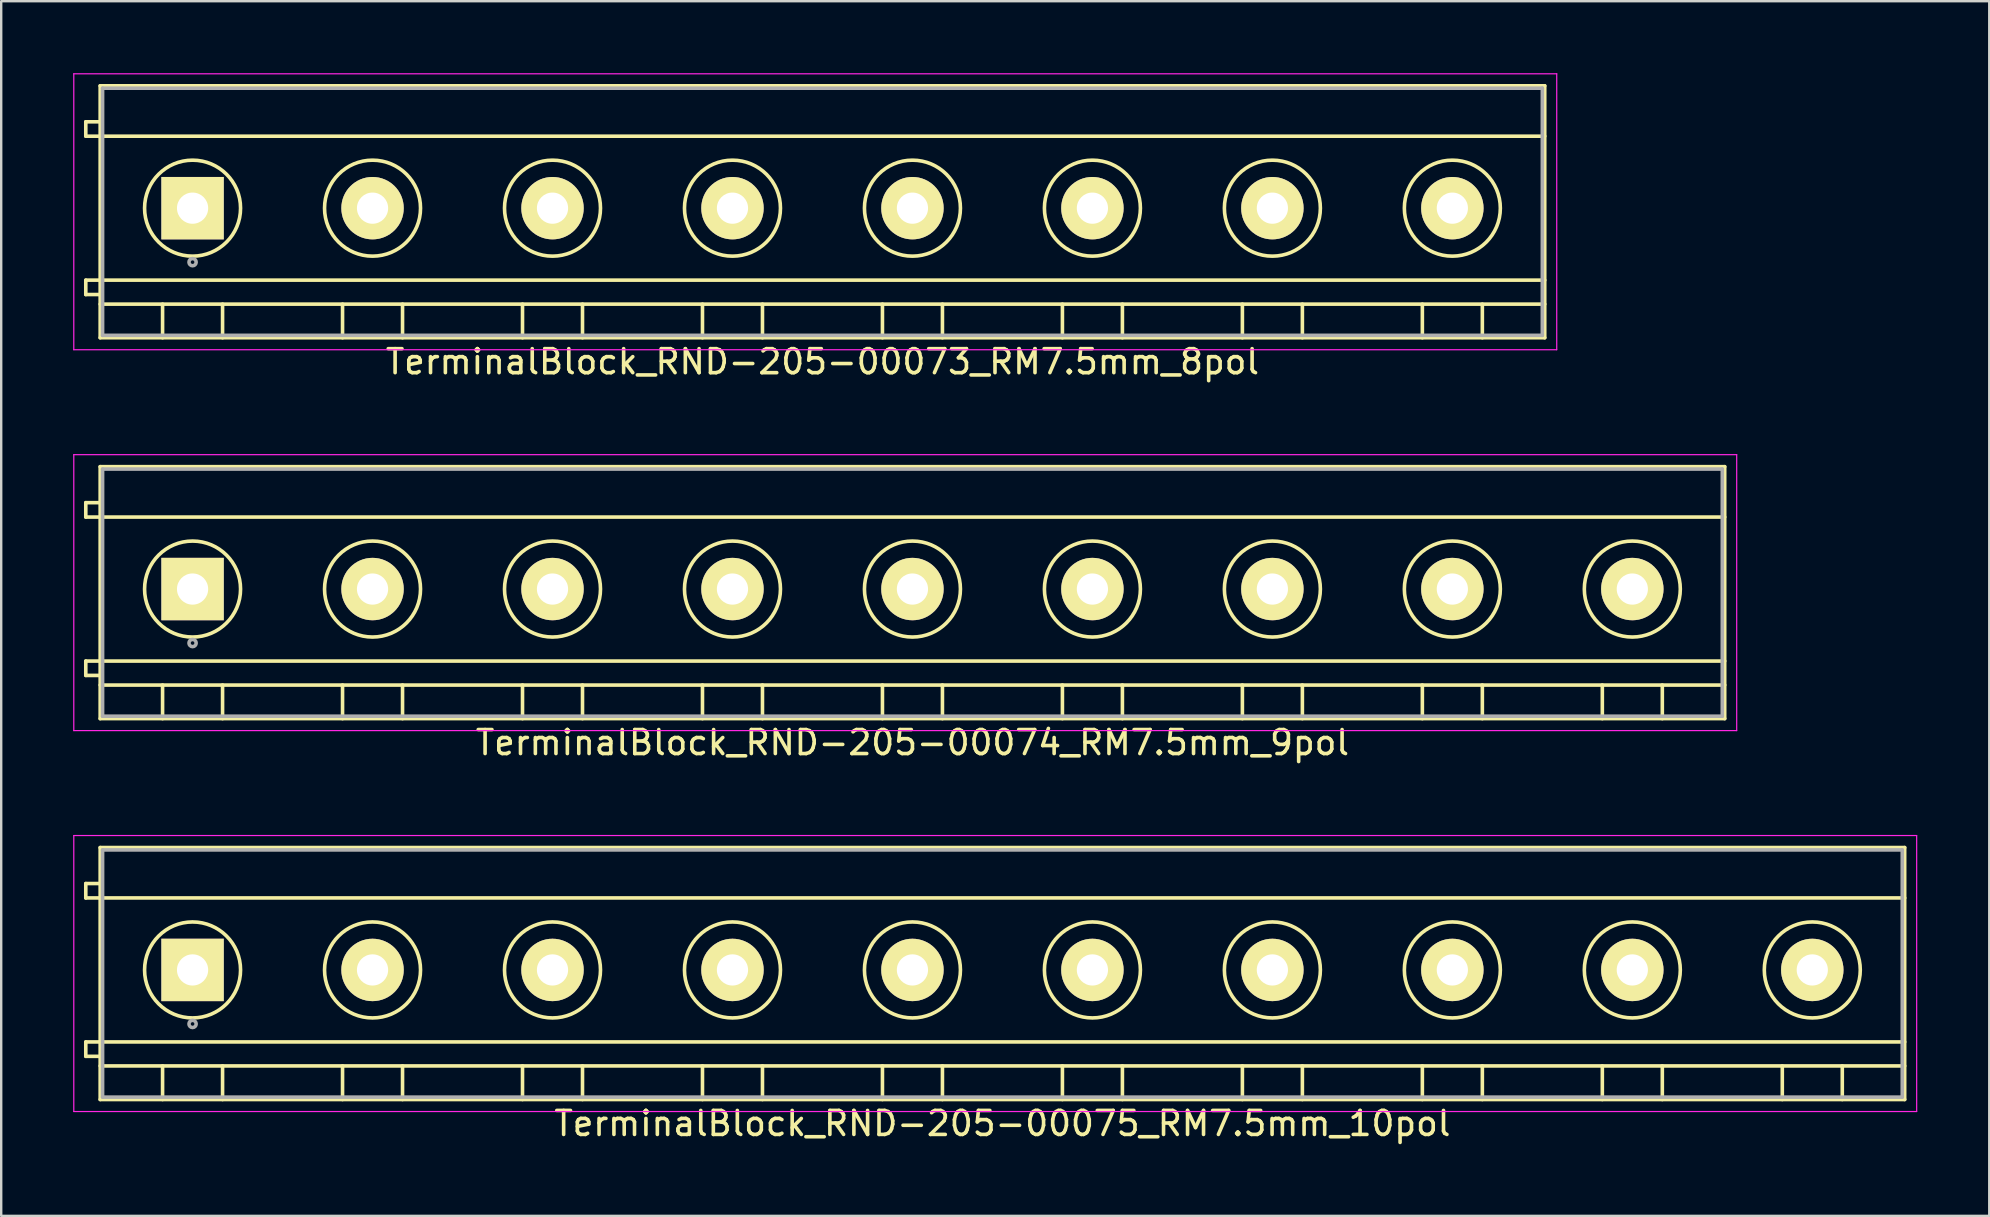
<source format=kicad_pcb>
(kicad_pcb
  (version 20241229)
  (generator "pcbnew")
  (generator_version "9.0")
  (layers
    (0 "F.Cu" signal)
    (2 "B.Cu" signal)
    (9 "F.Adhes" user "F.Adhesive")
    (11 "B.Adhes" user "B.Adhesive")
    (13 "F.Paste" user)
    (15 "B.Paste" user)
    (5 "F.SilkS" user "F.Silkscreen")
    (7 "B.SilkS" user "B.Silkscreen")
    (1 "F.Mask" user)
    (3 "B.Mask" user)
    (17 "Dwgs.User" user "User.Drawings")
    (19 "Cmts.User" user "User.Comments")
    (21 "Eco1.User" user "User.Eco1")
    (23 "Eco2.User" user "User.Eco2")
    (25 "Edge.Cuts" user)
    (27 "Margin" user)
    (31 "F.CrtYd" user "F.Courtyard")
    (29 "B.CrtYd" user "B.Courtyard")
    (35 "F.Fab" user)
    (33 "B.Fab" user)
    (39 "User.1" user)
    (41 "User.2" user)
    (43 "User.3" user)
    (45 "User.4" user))
  (footprint "TerminalBlock_RND-205-00075_RM7.5mm_10pol"
    (layer "F.Cu")
    (at 4.975 37.371)
    (property "Reference" "TerminalBlock_RND-205-00075_RM7.5mm_10pol" (at 33.75 6.4 0) (layer "F.SilkS") (effects (font (size 1 1) (thickness 0.15))))
    (attr through_hole)
    (fp_line (start -4.45 -3.6) (end -4.45 -3) (stroke (width 0.15) (type solid)) (layer "F.SilkS"))
    (fp_line (start -4.45 -3) (end -3.85 -3) (stroke (width 0.15) (type solid)) (layer "F.SilkS"))
    (fp_line (start -4.45 3) (end -4.45 3.6) (stroke (width 0.15) (type solid)) (layer "F.SilkS"))
    (fp_line (start -4.45 3.6) (end -3.85 3.6) (stroke (width 0.15) (type solid)) (layer "F.SilkS"))
    (fp_line (start -3.85 -5.1) (end 71.35 -5.1) (stroke (width 0.15) (type solid)) (layer "F.SilkS"))
    (fp_line (start -3.85 -3.6) (end -4.45 -3.6) (stroke (width 0.15) (type solid)) (layer "F.SilkS"))
    (fp_line (start -3.85 -3) (end 71.35 -3) (stroke (width 0.15) (type solid)) (layer "F.SilkS"))
    (fp_line (start -3.85 3) (end -4.45 3) (stroke (width 0.15) (type solid)) (layer "F.SilkS"))
    (fp_line (start -3.85 3) (end 71.35 3) (stroke (width 0.15) (type solid)) (layer "F.SilkS"))
    (fp_line (start -3.85 4) (end 71.35 4) (stroke (width 0.15) (type solid)) (layer "F.SilkS"))
    (fp_line (start -3.85 5.4) (end -3.85 -5.1) (stroke (width 0.15) (type solid)) (layer "F.SilkS"))
    (fp_line (start -1.25 4) (end -1.25 5.4) (stroke (width 0.15) (type solid)) (layer "F.SilkS"))
    (fp_line (start 1.25 4) (end 1.25 5.4) (stroke (width 0.15) (type solid)) (layer "F.SilkS"))
    (fp_line (start 6.25 4) (end 6.25 5.4) (stroke (width 0.15) (type solid)) (layer "F.SilkS"))
    (fp_line (start 8.75 4) (end 8.75 5.4) (stroke (width 0.15) (type solid)) (layer "F.SilkS"))
    (fp_line (start 13.75 4) (end 13.75 5.4) (stroke (width 0.15) (type solid)) (layer "F.SilkS"))
    (fp_line (start 16.25 4) (end 16.25 5.4) (stroke (width 0.15) (type solid)) (layer "F.SilkS"))
    (fp_line (start 21.25 4) (end 21.25 5.4) (stroke (width 0.15) (type solid)) (layer "F.SilkS"))
    (fp_line (start 23.75 4) (end 23.75 5.4) (stroke (width 0.15) (type solid)) (layer "F.SilkS"))
    (fp_line (start 28.75 4) (end 28.75 5.4) (stroke (width 0.15) (type solid)) (layer "F.SilkS"))
    (fp_line (start 31.25 4) (end 31.25 5.4) (stroke (width 0.15) (type solid)) (layer "F.SilkS"))
    (fp_line (start 36.25 4) (end 36.25 5.4) (stroke (width 0.15) (type solid)) (layer "F.SilkS"))
    (fp_line (start 38.75 4) (end 38.75 5.4) (stroke (width 0.15) (type solid)) (layer "F.SilkS"))
    (fp_line (start 43.75 4) (end 43.75 5.4) (stroke (width 0.15) (type solid)) (layer "F.SilkS"))
    (fp_line (start 46.25 4) (end 46.25 5.4) (stroke (width 0.15) (type solid)) (layer "F.SilkS"))
    (fp_line (start 51.25 4) (end 51.25 5.4) (stroke (width 0.15) (type solid)) (layer "F.SilkS"))
    (fp_line (start 53.75 4) (end 53.75 5.4) (stroke (width 0.15) (type solid)) (layer "F.SilkS"))
    (fp_line (start 58.75 4) (end 58.75 5.4) (stroke (width 0.15) (type solid)) (layer "F.SilkS"))
    (fp_line (start 61.25 4) (end 61.25 5.4) (stroke (width 0.15) (type solid)) (layer "F.SilkS"))
    (fp_line (start 66.25 4) (end 66.25 5.4) (stroke (width 0.15) (type solid)) (layer "F.SilkS"))
    (fp_line (start 68.75 4) (end 68.75 5.4) (stroke (width 0.15) (type solid)) (layer "F.SilkS"))
    (fp_line (start 71.35 -5.1) (end 71.35 5.4) (stroke (width 0.15) (type solid)) (layer "F.SilkS"))
    (fp_line (start 71.35 5.4) (end -3.85 5.4) (stroke (width 0.15) (type solid)) (layer "F.SilkS"))
    (fp_circle (center 0 0) (end -2 0) (stroke (width 0.15) (type solid)) (fill no) (layer "F.SilkS"))
    (fp_circle (center 7.5 0) (end 5.5 0) (stroke (width 0.15) (type solid)) (fill no) (layer "F.SilkS"))
    (fp_circle (center 15 0) (end 13 0) (stroke (width 0.15) (type solid)) (fill no) (layer "F.SilkS"))
    (fp_circle (center 22.5 0) (end 20.5 0) (stroke (width 0.15) (type solid)) (fill no) (layer "F.SilkS"))
    (fp_circle (center 30 0) (end 28 0) (stroke (width 0.15) (type solid)) (fill no) (layer "F.SilkS"))
    (fp_circle (center 37.5 0) (end 35.5 0) (stroke (width 0.15) (type solid)) (fill no) (layer "F.SilkS"))
    (fp_circle (center 45 0) (end 43 0) (stroke (width 0.15) (type solid)) (fill no) (layer "F.SilkS"))
    (fp_circle (center 52.5 0) (end 50.5 0) (stroke (width 0.15) (type solid)) (fill no) (layer "F.SilkS"))
    (fp_circle (center 60 0) (end 58 0) (stroke (width 0.15) (type solid)) (fill no) (layer "F.SilkS"))
    (fp_circle (center 67.5 0) (end 65.5 0) (stroke (width 0.15) (type solid)) (fill no) (layer "F.SilkS"))
    (fp_line (start -4.95 -5.6) (end 71.85 -5.6) (stroke (width 0.05) (type solid)) (layer "F.CrtYd"))
    (fp_line (start -4.95 5.9) (end -4.95 -5.6) (stroke (width 0.05) (type solid)) (layer "F.CrtYd"))
    (fp_line (start 71.85 -5.6) (end 71.85 5.9) (stroke (width 0.05) (type solid)) (layer "F.CrtYd"))
    (fp_line (start 71.85 5.9) (end -4.95 5.9) (stroke (width 0.05) (type solid)) (layer "F.CrtYd"))
    (fp_line (start -3.75 -5) (end 71.25 -5) (stroke (width 0.15) (type solid)) (layer "F.Fab"))
    (fp_line (start -3.75 5.3) (end -3.75 -5) (stroke (width 0.15) (type solid)) (layer "F.Fab"))
    (fp_line (start 71.25 -5) (end 71.25 5.3) (stroke (width 0.15) (type solid)) (layer "F.Fab"))
    (fp_line (start 71.25 5.3) (end -3.75 5.3) (stroke (width 0.15) (type solid)) (layer "F.Fab"))
    (fp_circle (center 0 2.25) (end -0.15 2.25) (stroke (width 0.15) (type solid)) (fill no) (layer "F.Fab"))
    (pad "1" thru_hole rect (at 0 0) (size 2.6 2.6) (drill 1.3) (layers "*.Cu" "*.Mask" "F.SilkS"))
    (pad "2" thru_hole circle (at 7.5 0) (size 2.6 2.6) (drill 1.3) (layers "*.Cu" "*.Mask" "F.SilkS"))
    (pad "3" thru_hole circle (at 15 0) (size 2.6 2.6) (drill 1.3) (layers "*.Cu" "*.Mask" "F.SilkS"))
    (pad "4" thru_hole circle (at 22.5 0) (size 2.6 2.6) (drill 1.3) (layers "*.Cu" "*.Mask" "F.SilkS"))
    (pad "5" thru_hole circle (at 30 0) (size 2.6 2.6) (drill 1.3) (layers "*.Cu" "*.Mask" "F.SilkS"))
    (pad "6" thru_hole circle (at 37.5 0) (size 2.6 2.6) (drill 1.3) (layers "*.Cu" "*.Mask" "F.SilkS"))
    (pad "7" thru_hole circle (at 45 0) (size 2.6 2.6) (drill 1.3) (layers "*.Cu" "*.Mask" "F.SilkS"))
    (pad "8" thru_hole circle (at 52.5 0) (size 2.6 2.6) (drill 1.3) (layers "*.Cu" "*.Mask" "F.SilkS"))
    (pad "9" thru_hole circle (at 60 0) (size 2.6 2.6) (drill 1.3) (layers "*.Cu" "*.Mask" "F.SilkS"))
    (pad "10" thru_hole circle (at 67.5 0) (size 2.6 2.6) (drill 1.3) (layers "*.Cu" "*.Mask" "F.SilkS")))
  (footprint "TerminalBlock_RND-205-00074_RM7.5mm_9pol"
    (layer "F.Cu")
    (at 4.975 21.498)
    (property "Reference" "TerminalBlock_RND-205-00074_RM7.5mm_9pol" (at 30 6.4 0) (layer "F.SilkS") (effects (font (size 1 1) (thickness 0.15))))
    (attr through_hole)
    (fp_line (start -4.45 -3.6) (end -4.45 -3) (stroke (width 0.15) (type solid)) (layer "F.SilkS"))
    (fp_line (start -4.45 -3) (end -3.85 -3) (stroke (width 0.15) (type solid)) (layer "F.SilkS"))
    (fp_line (start -4.45 3) (end -4.45 3.6) (stroke (width 0.15) (type solid)) (layer "F.SilkS"))
    (fp_line (start -4.45 3.6) (end -3.85 3.6) (stroke (width 0.15) (type solid)) (layer "F.SilkS"))
    (fp_line (start -3.85 -5.1) (end 63.85 -5.1) (stroke (width 0.15) (type solid)) (layer "F.SilkS"))
    (fp_line (start -3.85 -3.6) (end -4.45 -3.6) (stroke (width 0.15) (type solid)) (layer "F.SilkS"))
    (fp_line (start -3.85 -3) (end 63.85 -3) (stroke (width 0.15) (type solid)) (layer "F.SilkS"))
    (fp_line (start -3.85 3) (end -4.45 3) (stroke (width 0.15) (type solid)) (layer "F.SilkS"))
    (fp_line (start -3.85 3) (end 63.85 3) (stroke (width 0.15) (type solid)) (layer "F.SilkS"))
    (fp_line (start -3.85 4) (end 63.85 4) (stroke (width 0.15) (type solid)) (layer "F.SilkS"))
    (fp_line (start -3.85 5.4) (end -3.85 -5.1) (stroke (width 0.15) (type solid)) (layer "F.SilkS"))
    (fp_line (start -1.25 4) (end -1.25 5.4) (stroke (width 0.15) (type solid)) (layer "F.SilkS"))
    (fp_line (start 1.25 4) (end 1.25 5.4) (stroke (width 0.15) (type solid)) (layer "F.SilkS"))
    (fp_line (start 6.25 4) (end 6.25 5.4) (stroke (width 0.15) (type solid)) (layer "F.SilkS"))
    (fp_line (start 8.75 4) (end 8.75 5.4) (stroke (width 0.15) (type solid)) (layer "F.SilkS"))
    (fp_line (start 13.75 4) (end 13.75 5.4) (stroke (width 0.15) (type solid)) (layer "F.SilkS"))
    (fp_line (start 16.25 4) (end 16.25 5.4) (stroke (width 0.15) (type solid)) (layer "F.SilkS"))
    (fp_line (start 21.25 4) (end 21.25 5.4) (stroke (width 0.15) (type solid)) (layer "F.SilkS"))
    (fp_line (start 23.75 4) (end 23.75 5.4) (stroke (width 0.15) (type solid)) (layer "F.SilkS"))
    (fp_line (start 28.75 4) (end 28.75 5.4) (stroke (width 0.15) (type solid)) (layer "F.SilkS"))
    (fp_line (start 31.25 4) (end 31.25 5.4) (stroke (width 0.15) (type solid)) (layer "F.SilkS"))
    (fp_line (start 36.25 4) (end 36.25 5.4) (stroke (width 0.15) (type solid)) (layer "F.SilkS"))
    (fp_line (start 38.75 4) (end 38.75 5.4) (stroke (width 0.15) (type solid)) (layer "F.SilkS"))
    (fp_line (start 43.75 4) (end 43.75 5.4) (stroke (width 0.15) (type solid)) (layer "F.SilkS"))
    (fp_line (start 46.25 4) (end 46.25 5.4) (stroke (width 0.15) (type solid)) (layer "F.SilkS"))
    (fp_line (start 51.25 4) (end 51.25 5.4) (stroke (width 0.15) (type solid)) (layer "F.SilkS"))
    (fp_line (start 53.75 4) (end 53.75 5.4) (stroke (width 0.15) (type solid)) (layer "F.SilkS"))
    (fp_line (start 58.75 4) (end 58.75 5.4) (stroke (width 0.15) (type solid)) (layer "F.SilkS"))
    (fp_line (start 61.25 4) (end 61.25 5.4) (stroke (width 0.15) (type solid)) (layer "F.SilkS"))
    (fp_line (start 63.85 -5.1) (end 63.85 5.4) (stroke (width 0.15) (type solid)) (layer "F.SilkS"))
    (fp_line (start 63.85 5.4) (end -3.85 5.4) (stroke (width 0.15) (type solid)) (layer "F.SilkS"))
    (fp_circle (center 0 0) (end -2 0) (stroke (width 0.15) (type solid)) (fill no) (layer "F.SilkS"))
    (fp_circle (center 7.5 0) (end 5.5 0) (stroke (width 0.15) (type solid)) (fill no) (layer "F.SilkS"))
    (fp_circle (center 15 0) (end 13 0) (stroke (width 0.15) (type solid)) (fill no) (layer "F.SilkS"))
    (fp_circle (center 22.5 0) (end 20.5 0) (stroke (width 0.15) (type solid)) (fill no) (layer "F.SilkS"))
    (fp_circle (center 30 0) (end 28 0) (stroke (width 0.15) (type solid)) (fill no) (layer "F.SilkS"))
    (fp_circle (center 37.5 0) (end 35.5 0) (stroke (width 0.15) (type solid)) (fill no) (layer "F.SilkS"))
    (fp_circle (center 45 0) (end 43 0) (stroke (width 0.15) (type solid)) (fill no) (layer "F.SilkS"))
    (fp_circle (center 52.5 0) (end 50.5 0) (stroke (width 0.15) (type solid)) (fill no) (layer "F.SilkS"))
    (fp_circle (center 60 0) (end 58 0) (stroke (width 0.15) (type solid)) (fill no) (layer "F.SilkS"))
    (fp_line (start -4.95 -5.6) (end 64.35 -5.6) (stroke (width 0.05) (type solid)) (layer "F.CrtYd"))
    (fp_line (start -4.95 5.9) (end -4.95 -5.6) (stroke (width 0.05) (type solid)) (layer "F.CrtYd"))
    (fp_line (start 64.35 -5.6) (end 64.35 5.9) (stroke (width 0.05) (type solid)) (layer "F.CrtYd"))
    (fp_line (start 64.35 5.9) (end -4.95 5.9) (stroke (width 0.05) (type solid)) (layer "F.CrtYd"))
    (fp_line (start -3.75 -5) (end 63.75 -5) (stroke (width 0.15) (type solid)) (layer "F.Fab"))
    (fp_line (start -3.75 5.3) (end -3.75 -5) (stroke (width 0.15) (type solid)) (layer "F.Fab"))
    (fp_line (start 63.75 -5) (end 63.75 5.3) (stroke (width 0.15) (type solid)) (layer "F.Fab"))
    (fp_line (start 63.75 5.3) (end -3.75 5.3) (stroke (width 0.15) (type solid)) (layer "F.Fab"))
    (fp_circle (center 0 2.25) (end -0.15 2.25) (stroke (width 0.15) (type solid)) (fill no) (layer "F.Fab"))
    (pad "1" thru_hole rect (at 0 0) (size 2.6 2.6) (drill 1.3) (layers "*.Cu" "*.Mask" "F.SilkS"))
    (pad "2" thru_hole circle (at 7.5 0) (size 2.6 2.6) (drill 1.3) (layers "*.Cu" "*.Mask" "F.SilkS"))
    (pad "3" thru_hole circle (at 15 0) (size 2.6 2.6) (drill 1.3) (layers "*.Cu" "*.Mask" "F.SilkS"))
    (pad "4" thru_hole circle (at 22.5 0) (size 2.6 2.6) (drill 1.3) (layers "*.Cu" "*.Mask" "F.SilkS"))
    (pad "5" thru_hole circle (at 30 0) (size 2.6 2.6) (drill 1.3) (layers "*.Cu" "*.Mask" "F.SilkS"))
    (pad "6" thru_hole circle (at 37.5 0) (size 2.6 2.6) (drill 1.3) (layers "*.Cu" "*.Mask" "F.SilkS"))
    (pad "7" thru_hole circle (at 45 0) (size 2.6 2.6) (drill 1.3) (layers "*.Cu" "*.Mask" "F.SilkS"))
    (pad "8" thru_hole circle (at 52.5 0) (size 2.6 2.6) (drill 1.3) (layers "*.Cu" "*.Mask" "F.SilkS"))
    (pad "9" thru_hole circle (at 60 0) (size 2.6 2.6) (drill 1.3) (layers "*.Cu" "*.Mask" "F.SilkS")))
  (footprint "TerminalBlock_RND-205-00073_RM7.5mm_8pol"
    (layer "F.Cu")
    (at 4.975 5.625)
    (property "Reference" "TerminalBlock_RND-205-00073_RM7.5mm_8pol" (at 26.25 6.4 0) (layer "F.SilkS") (effects (font (size 1 1) (thickness 0.15))))
    (attr through_hole)
    (fp_line (start -4.45 -3.6) (end -4.45 -3) (stroke (width 0.15) (type solid)) (layer "F.SilkS"))
    (fp_line (start -4.45 -3) (end -3.85 -3) (stroke (width 0.15) (type solid)) (layer "F.SilkS"))
    (fp_line (start -4.45 3) (end -4.45 3.6) (stroke (width 0.15) (type solid)) (layer "F.SilkS"))
    (fp_line (start -4.45 3.6) (end -3.85 3.6) (stroke (width 0.15) (type solid)) (layer "F.SilkS"))
    (fp_line (start -3.85 -5.1) (end 56.35 -5.1) (stroke (width 0.15) (type solid)) (layer "F.SilkS"))
    (fp_line (start -3.85 -3.6) (end -4.45 -3.6) (stroke (width 0.15) (type solid)) (layer "F.SilkS"))
    (fp_line (start -3.85 -3) (end 56.35 -3) (stroke (width 0.15) (type solid)) (layer "F.SilkS"))
    (fp_line (start -3.85 3) (end -4.45 3) (stroke (width 0.15) (type solid)) (layer "F.SilkS"))
    (fp_line (start -3.85 3) (end 56.35 3) (stroke (width 0.15) (type solid)) (layer "F.SilkS"))
    (fp_line (start -3.85 4) (end 56.35 4) (stroke (width 0.15) (type solid)) (layer "F.SilkS"))
    (fp_line (start -3.85 5.4) (end -3.85 -5.1) (stroke (width 0.15) (type solid)) (layer "F.SilkS"))
    (fp_line (start -1.25 4) (end -1.25 5.4) (stroke (width 0.15) (type solid)) (layer "F.SilkS"))
    (fp_line (start 1.25 4) (end 1.25 5.4) (stroke (width 0.15) (type solid)) (layer "F.SilkS"))
    (fp_line (start 6.25 4) (end 6.25 5.4) (stroke (width 0.15) (type solid)) (layer "F.SilkS"))
    (fp_line (start 8.75 4) (end 8.75 5.4) (stroke (width 0.15) (type solid)) (layer "F.SilkS"))
    (fp_line (start 13.75 4) (end 13.75 5.4) (stroke (width 0.15) (type solid)) (layer "F.SilkS"))
    (fp_line (start 16.25 4) (end 16.25 5.4) (stroke (width 0.15) (type solid)) (layer "F.SilkS"))
    (fp_line (start 21.25 4) (end 21.25 5.4) (stroke (width 0.15) (type solid)) (layer "F.SilkS"))
    (fp_line (start 23.75 4) (end 23.75 5.4) (stroke (width 0.15) (type solid)) (layer "F.SilkS"))
    (fp_line (start 28.75 4) (end 28.75 5.4) (stroke (width 0.15) (type solid)) (layer "F.SilkS"))
    (fp_line (start 31.25 4) (end 31.25 5.4) (stroke (width 0.15) (type solid)) (layer "F.SilkS"))
    (fp_line (start 36.25 4) (end 36.25 5.4) (stroke (width 0.15) (type solid)) (layer "F.SilkS"))
    (fp_line (start 38.75 4) (end 38.75 5.4) (stroke (width 0.15) (type solid)) (layer "F.SilkS"))
    (fp_line (start 43.75 4) (end 43.75 5.4) (stroke (width 0.15) (type solid)) (layer "F.SilkS"))
    (fp_line (start 46.25 4) (end 46.25 5.4) (stroke (width 0.15) (type solid)) (layer "F.SilkS"))
    (fp_line (start 51.25 4) (end 51.25 5.4) (stroke (width 0.15) (type solid)) (layer "F.SilkS"))
    (fp_line (start 53.75 4) (end 53.75 5.4) (stroke (width 0.15) (type solid)) (layer "F.SilkS"))
    (fp_line (start 56.35 -5.1) (end 56.35 5.4) (stroke (width 0.15) (type solid)) (layer "F.SilkS"))
    (fp_line (start 56.35 5.4) (end -3.85 5.4) (stroke (width 0.15) (type solid)) (layer "F.SilkS"))
    (fp_circle (center 0 0) (end -2 0) (stroke (width 0.15) (type solid)) (fill no) (layer "F.SilkS"))
    (fp_circle (center 7.5 0) (end 5.5 0) (stroke (width 0.15) (type solid)) (fill no) (layer "F.SilkS"))
    (fp_circle (center 15 0) (end 13 0) (stroke (width 0.15) (type solid)) (fill no) (layer "F.SilkS"))
    (fp_circle (center 22.5 0) (end 20.5 0) (stroke (width 0.15) (type solid)) (fill no) (layer "F.SilkS"))
    (fp_circle (center 30 0) (end 28 0) (stroke (width 0.15) (type solid)) (fill no) (layer "F.SilkS"))
    (fp_circle (center 37.5 0) (end 35.5 0) (stroke (width 0.15) (type solid)) (fill no) (layer "F.SilkS"))
    (fp_circle (center 45 0) (end 43 0) (stroke (width 0.15) (type solid)) (fill no) (layer "F.SilkS"))
    (fp_circle (center 52.5 0) (end 50.5 0) (stroke (width 0.15) (type solid)) (fill no) (layer "F.SilkS"))
    (fp_line (start -4.95 -5.6) (end 56.85 -5.6) (stroke (width 0.05) (type solid)) (layer "F.CrtYd"))
    (fp_line (start -4.95 5.9) (end -4.95 -5.6) (stroke (width 0.05) (type solid)) (layer "F.CrtYd"))
    (fp_line (start 56.85 -5.6) (end 56.85 5.9) (stroke (width 0.05) (type solid)) (layer "F.CrtYd"))
    (fp_line (start 56.85 5.9) (end -4.95 5.9) (stroke (width 0.05) (type solid)) (layer "F.CrtYd"))
    (fp_line (start -3.75 -5) (end 56.25 -5) (stroke (width 0.15) (type solid)) (layer "F.Fab"))
    (fp_line (start -3.75 5.3) (end -3.75 -5) (stroke (width 0.15) (type solid)) (layer "F.Fab"))
    (fp_line (start 56.25 -5) (end 56.25 5.3) (stroke (width 0.15) (type solid)) (layer "F.Fab"))
    (fp_line (start 56.25 5.3) (end -3.75 5.3) (stroke (width 0.15) (type solid)) (layer "F.Fab"))
    (fp_circle (center 0 2.25) (end -0.15 2.25) (stroke (width 0.15) (type solid)) (fill no) (layer "F.Fab"))
    (pad "1" thru_hole rect (at 0 0) (size 2.6 2.6) (drill 1.3) (layers "*.Cu" "*.Mask" "F.SilkS"))
    (pad "2" thru_hole circle (at 7.5 0) (size 2.6 2.6) (drill 1.3) (layers "*.Cu" "*.Mask" "F.SilkS"))
    (pad "3" thru_hole circle (at 15 0) (size 2.6 2.6) (drill 1.3) (layers "*.Cu" "*.Mask" "F.SilkS"))
    (pad "4" thru_hole circle (at 22.5 0) (size 2.6 2.6) (drill 1.3) (layers "*.Cu" "*.Mask" "F.SilkS"))
    (pad "5" thru_hole circle (at 30 0) (size 2.6 2.6) (drill 1.3) (layers "*.Cu" "*.Mask" "F.SilkS"))
    (pad "6" thru_hole circle (at 37.5 0) (size 2.6 2.6) (drill 1.3) (layers "*.Cu" "*.Mask" "F.SilkS"))
    (pad "7" thru_hole circle (at 45 0) (size 2.6 2.6) (drill 1.3) (layers "*.Cu" "*.Mask" "F.SilkS"))
    (pad "8" thru_hole circle (at 52.5 0) (size 2.6 2.6) (drill 1.3) (layers "*.Cu" "*.Mask" "F.SilkS")))
  (gr_rect
    (start -3 -3)
    (end 79.85 47.62)
    (stroke (width 0.1) (type default))
    (fill no)
    (layer "Edge.Cuts")))
</source>
